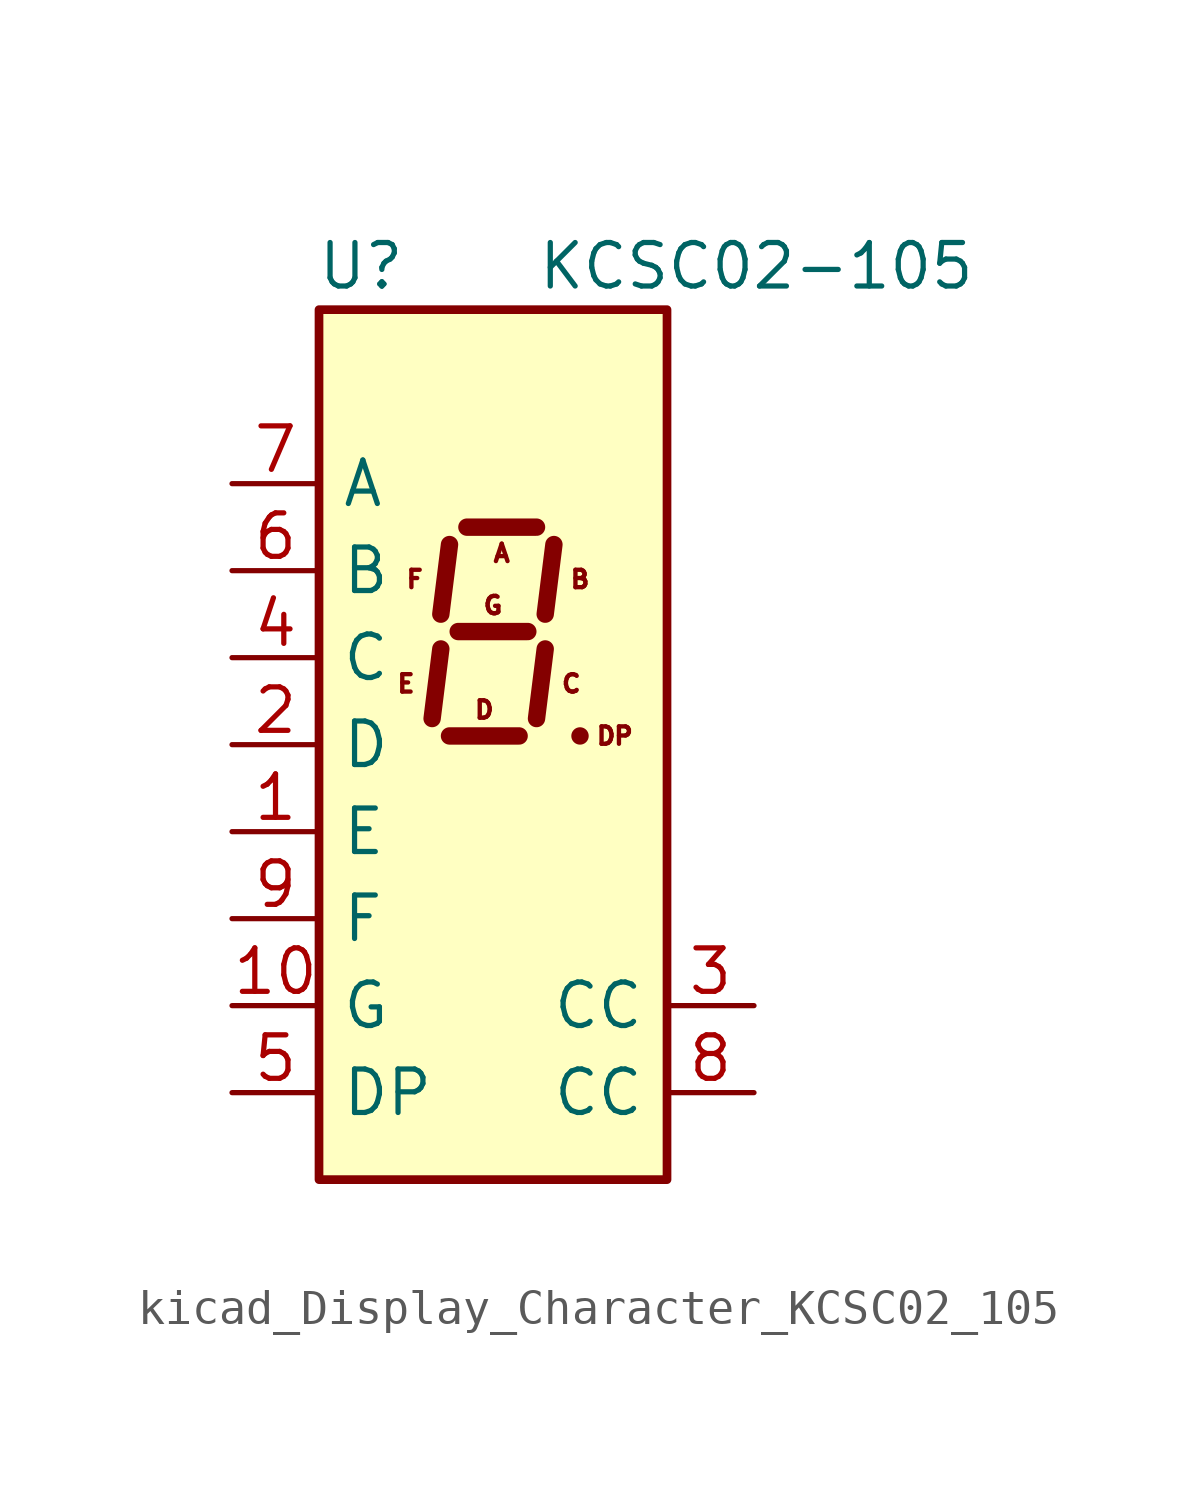
<source format=kicad_sym>
(kicad_symbol_lib
  (version 20220914)
  (generator kicad_symbol_editor)
  (symbol "kicad_Display_Character_KCSC02_105"
    (pin_names
      (offset 0.635))
    (property "Reference" "U"
      (at -2.54 13.97 0)
      (effects (font (size 1.27 1.27)) (justify right)))
    (property "Value" "KCSC02-105"
      (at 1.27 13.97 0)
      (effects (font (size 1.27 1.27)) (justify left)))
    (symbol "kicad_Display_Character_KCSC02_105_0_0"
      (text "A" (at 0.254 5.588 0) (effects (font (size 0.508 0.508))))
      (text "B" (at 2.54 4.826 0) (effects (font (size 0.508 0.508))))
      (text "C" (at 2.286 1.778 0) (effects (font (size 0.508 0.508))))
      (text "D" (at -0.254 1.016 0) (effects (font (size 0.508 0.508))))
      (text "DP" (at 3.556 0.254 0) (effects (font (size 0.508 0.508))))
      (text "E" (at -2.54 1.778 0) (effects (font (size 0.508 0.508))))
      (text "F" (at -2.286 4.826 0) (effects (font (size 0.508 0.508))))
      (text "G" (at 0 4.064 0) (effects (font (size 0.508 0.508)))))
    (symbol "kicad_Display_Character_KCSC02_105_0_1"
      (rectangle (start -5.08 12.7) (end 5.08 -12.7) (stroke (width 0.254) (type default)) (fill (type background)))
      (polyline (pts (xy -1.524 2.794) (xy -1.778 0.762)) (stroke (width 0.508) (type default)) (fill (type none)))
      (polyline (pts (xy -1.27 0.254) (xy 0.762 0.254)) (stroke (width 0.508) (type default)) (fill (type none)))
      (polyline (pts (xy -1.27 5.842) (xy -1.524 3.81)) (stroke (width 0.508) (type default)) (fill (type none)))
      (polyline (pts (xy -1.016 3.302) (xy 1.016 3.302)) (stroke (width 0.508) (type default)) (fill (type none)))
      (polyline (pts (xy -0.762 6.35) (xy 1.27 6.35)) (stroke (width 0.508) (type default)) (fill (type none)))
      (polyline (pts (xy 1.524 2.794) (xy 1.27 0.762)) (stroke (width 0.508) (type default)) (fill (type none)))
      (polyline (pts (xy 1.778 5.842) (xy 1.524 3.81)) (stroke (width 0.508) (type default)) (fill (type none)))
      (polyline (pts (xy 2.54 0.254) (xy 2.54 0.254)) (stroke (width 0.508) (type default)) (fill (type none))))
    (symbol "kicad_Display_Character_KCSC02_105_1_1"
      (pin input line (at -7.62 -2.54 0) (length 2.54) (name "E" (effects (font (size 1.27 1.27)))) (number "1" (effects (font (size 1.27 1.27)))))
      (pin input line (at -7.62 -7.62 0) (length 2.54) (name "G" (effects (font (size 1.27 1.27)))) (number "10" (effects (font (size 1.27 1.27)))))
      (pin input line (at -7.62 0 0) (length 2.54) (name "D" (effects (font (size 1.27 1.27)))) (number "2" (effects (font (size 1.27 1.27)))))
      (pin input line (at 7.62 -7.62 180) (length 2.54) (name "CC" (effects (font (size 1.27 1.27)))) (number "3" (effects (font (size 1.27 1.27)))))
      (pin input line (at -7.62 2.54 0) (length 2.54) (name "C" (effects (font (size 1.27 1.27)))) (number "4" (effects (font (size 1.27 1.27)))))
      (pin input line (at -7.62 -10.16 0) (length 2.54) (name "DP" (effects (font (size 1.27 1.27)))) (number "5" (effects (font (size 1.27 1.27)))))
      (pin input line (at -7.62 5.08 0) (length 2.54) (name "B" (effects (font (size 1.27 1.27)))) (number "6" (effects (font (size 1.27 1.27)))))
      (pin input line (at -7.62 7.62 0) (length 2.54) (name "A" (effects (font (size 1.27 1.27)))) (number "7" (effects (font (size 1.27 1.27)))))
      (pin input line (at 7.62 -10.16 180) (length 2.54) (name "CC" (effects (font (size 1.27 1.27)))) (number "8" (effects (font (size 1.27 1.27)))))
      (pin input line (at -7.62 -5.08 0) (length 2.54) (name "F" (effects (font (size 1.27 1.27)))) (number "9" (effects (font (size 1.27 1.27))))))))
</source>
